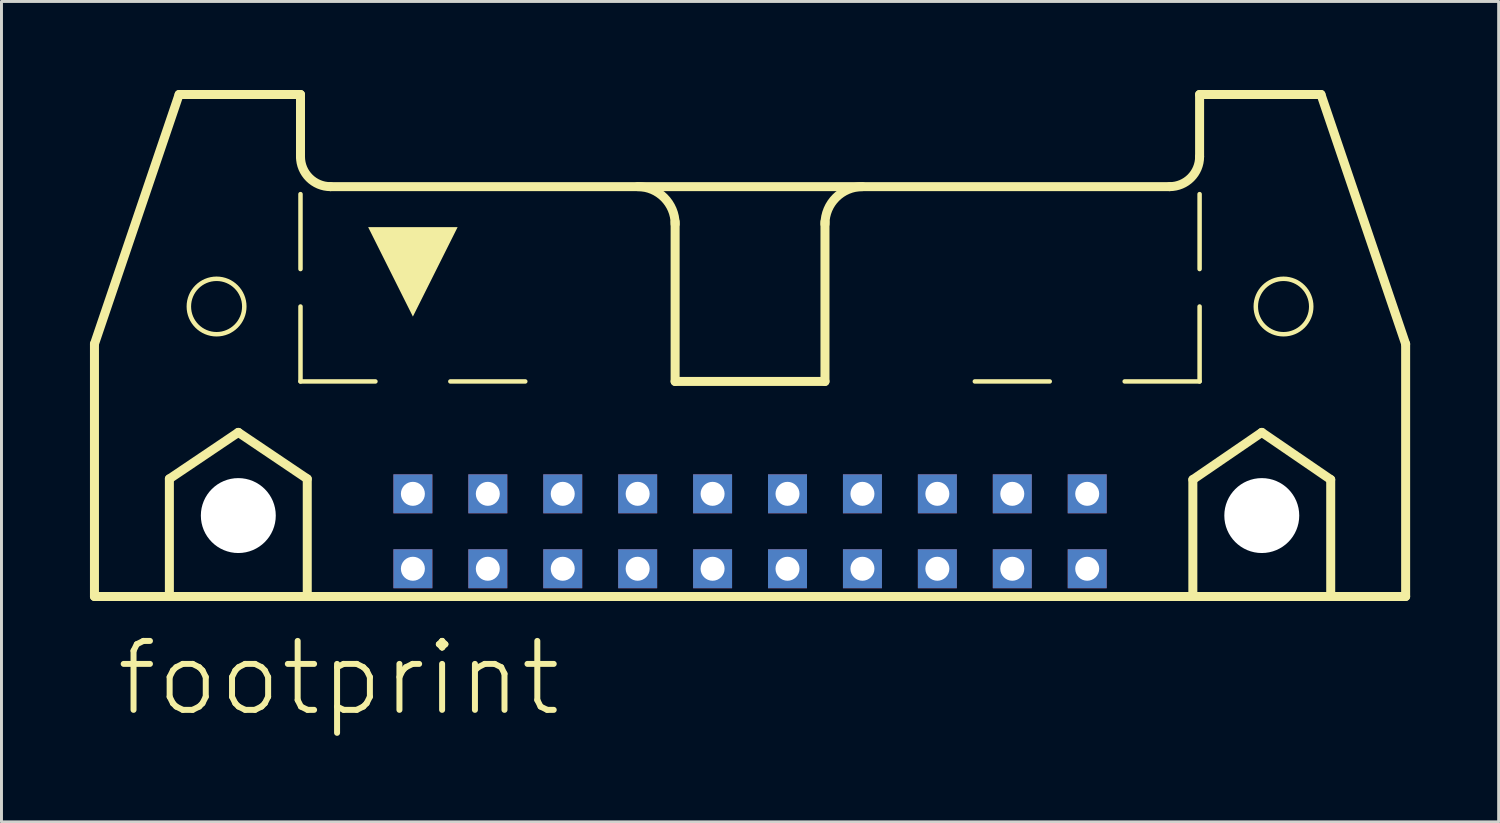
<source format=kicad_pcb>
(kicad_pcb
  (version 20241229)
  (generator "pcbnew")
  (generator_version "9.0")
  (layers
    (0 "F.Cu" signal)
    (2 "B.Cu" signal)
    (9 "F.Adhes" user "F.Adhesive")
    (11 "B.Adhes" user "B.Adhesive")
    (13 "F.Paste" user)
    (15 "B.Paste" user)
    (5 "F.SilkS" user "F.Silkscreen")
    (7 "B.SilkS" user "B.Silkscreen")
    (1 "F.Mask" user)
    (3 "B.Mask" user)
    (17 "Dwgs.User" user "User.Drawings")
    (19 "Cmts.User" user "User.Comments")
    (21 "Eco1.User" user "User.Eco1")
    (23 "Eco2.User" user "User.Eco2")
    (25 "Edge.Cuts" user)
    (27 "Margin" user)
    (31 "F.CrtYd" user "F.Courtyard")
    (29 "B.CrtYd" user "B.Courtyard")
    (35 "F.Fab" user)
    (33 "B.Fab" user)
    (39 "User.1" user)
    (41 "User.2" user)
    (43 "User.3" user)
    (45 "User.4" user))
  (footprint "footprint"
    (layer "F.Cu")
    (at 22.377 11.151)
    (property "Reference" "footprint" (at -21.59 10.16 0) (layer "F.SilkS") (effects (font (size 2.337 2.337) (thickness 0.203)) (justify left bottom)))
    (fp_line (start -22.225 -2.54) (end -22.225 6.02) (stroke (width 0.305) (type solid)) (layer "F.SilkS"))
    (fp_line (start -22.225 -2.54) (end -19.355 -10.998) (stroke (width 0.305) (type solid)) (layer "F.SilkS"))
    (fp_line (start -22.225 6.02) (end -19.685 6.02) (stroke (width 0.305) (type solid)) (layer "F.SilkS"))
    (fp_line (start -19.685 2.032) (end -17.348 0.457) (stroke (width 0.305) (type solid)) (layer "F.SilkS"))
    (fp_line (start -19.685 6.02) (end -19.685 2.032) (stroke (width 0.305) (type solid)) (layer "F.SilkS"))
    (fp_line (start -19.685 6.02) (end -15.011 6.02) (stroke (width 0.305) (type solid)) (layer "F.SilkS"))
    (fp_line (start -17.348 0.457) (end -15.011 2.032) (stroke (width 0.305) (type solid)) (layer "F.SilkS"))
    (fp_line (start -15.24 -10.998) (end -19.355 -10.998) (stroke (width 0.305) (type solid)) (layer "F.SilkS"))
    (fp_line (start -15.24 -8.89) (end -15.24 -10.998) (stroke (width 0.305) (type solid)) (layer "F.SilkS"))
    (fp_line (start -15.24 -5.08) (end -15.24 -7.62) (stroke (width 0.152) (type solid)) (layer "F.SilkS"))
    (fp_line (start -15.24 -1.27) (end -15.24 -3.81) (stroke (width 0.152) (type solid)) (layer "F.SilkS"))
    (fp_line (start -15.24 -1.27) (end -12.7 -1.27) (stroke (width 0.152) (type solid)) (layer "F.SilkS"))
    (fp_line (start -15.011 2.032) (end -15.011 6.02) (stroke (width 0.305) (type solid)) (layer "F.SilkS"))
    (fp_line (start -15.011 6.02) (end 15.011 6.02) (stroke (width 0.305) (type solid)) (layer "F.SilkS"))
    (fp_line (start -14.224 -7.874) (end 14.224 -7.874) (stroke (width 0.305) (type solid)) (layer "F.SilkS"))
    (fp_line (start -10.16 -1.27) (end -7.62 -1.27) (stroke (width 0.152) (type solid)) (layer "F.SilkS"))
    (fp_line (start -2.54 -1.27) (end -2.54 -6.68) (stroke (width 0.305) (type solid)) (layer "F.SilkS"))
    (fp_line (start 0 -1.27) (end 2.54 -1.27) (stroke (width 0.152) (type solid)) (layer "F.SilkS"))
    (fp_line (start 2.54 -1.27) (end -2.54 -1.27) (stroke (width 0.305) (type solid)) (layer "F.SilkS"))
    (fp_line (start 2.54 -1.27) (end 2.54 -6.68) (stroke (width 0.305) (type solid)) (layer "F.SilkS"))
    (fp_line (start 10.16 -1.27) (end 7.62 -1.27) (stroke (width 0.152) (type solid)) (layer "F.SilkS"))
    (fp_line (start 15.011 2.057) (end 17.348 0.457) (stroke (width 0.305) (type solid)) (layer "F.SilkS"))
    (fp_line (start 15.011 6.02) (end 15.011 2.057) (stroke (width 0.305) (type solid)) (layer "F.SilkS"))
    (fp_line (start 15.011 6.02) (end 19.685 6.02) (stroke (width 0.305) (type solid)) (layer "F.SilkS"))
    (fp_line (start 15.24 -10.998) (end 19.355 -10.998) (stroke (width 0.305) (type solid)) (layer "F.SilkS"))
    (fp_line (start 15.24 -8.89) (end 15.24 -10.998) (stroke (width 0.305) (type solid)) (layer "F.SilkS"))
    (fp_line (start 15.24 -5.08) (end 15.24 -7.62) (stroke (width 0.152) (type solid)) (layer "F.SilkS"))
    (fp_line (start 15.24 -1.27) (end 12.7 -1.27) (stroke (width 0.152) (type solid)) (layer "F.SilkS"))
    (fp_line (start 15.24 -1.27) (end 15.24 -3.81) (stroke (width 0.152) (type solid)) (layer "F.SilkS"))
    (fp_line (start 17.348 0.457) (end 19.685 2.057) (stroke (width 0.305) (type solid)) (layer "F.SilkS"))
    (fp_line (start 19.685 2.057) (end 19.685 6.02) (stroke (width 0.305) (type solid)) (layer "F.SilkS"))
    (fp_line (start 19.685 6.02) (end 22.225 6.02) (stroke (width 0.305) (type solid)) (layer "F.SilkS"))
    (fp_line (start 22.225 -2.54) (end 19.355 -10.998) (stroke (width 0.305) (type solid)) (layer "F.SilkS"))
    (fp_line (start 22.225 6.02) (end 22.225 -2.54) (stroke (width 0.305) (type solid)) (layer "F.SilkS"))
    (fp_arc (start -14.224 -7.874) (mid -14.94242 -8.17158) (end -15.24 -8.89) (stroke (width 0.3048) (type solid)) (layer "F.SilkS"))
    (fp_arc (start -3.81 -7.874) (mid -2.911974 -7.502026) (end -2.54 -6.604) (stroke (width 0.3048) (type solid)) (layer "F.SilkS"))
    (fp_arc (start 2.54 -6.604) (mid 2.911974 -7.502026) (end 3.81 -7.874) (stroke (width 0.3048) (type solid)) (layer "F.SilkS"))
    (fp_arc (start 15.24 -8.89) (mid 14.94242 -8.17158) (end 14.224 -7.874) (stroke (width 0.3048) (type solid)) (layer "F.SilkS"))
    (fp_circle (center -18.085 -3.81) (end -17.145 -3.81) (stroke (width 0.152) (type solid)) (fill no) (layer "F.SilkS"))
    (fp_circle (center 18.085 -3.81) (end 19.025 -3.81) (stroke (width 0.152) (type solid)) (fill no) (layer "F.SilkS"))
    (fp_poly (pts (xy -11.43 -3.469) (xy -12.947 -6.502) (xy -9.913 -6.502)) (stroke (width 0) (type solid)) (fill yes) (layer "F.SilkS"))
    (pad "" np_thru_hole circle (at -17.348 3.277) (size 2.54 2.54) (drill 2.54) (layers "*.Cu" "*.Mask"))
    (pad "" np_thru_hole circle (at 17.348 3.277) (size 2.54 2.54) (drill 2.54) (layers "*.Cu" "*.Mask"))
    (pad "1" thru_hole rect (at -11.43 5.08) (size 1.321 1.321) (drill 0.813) (layers "*.Cu" "*.Mask"))
    (pad "2" thru_hole rect (at -11.43 2.54) (size 1.321 1.321) (drill 0.813) (layers "*.Cu" "*.Mask"))
    (pad "3" thru_hole rect (at -8.89 5.08) (size 1.321 1.321) (drill 0.813) (layers "*.Cu" "*.Mask"))
    (pad "4" thru_hole rect (at -8.89 2.54) (size 1.321 1.321) (drill 0.813) (layers "*.Cu" "*.Mask"))
    (pad "5" thru_hole rect (at -6.35 5.08) (size 1.321 1.321) (drill 0.813) (layers "*.Cu" "*.Mask"))
    (pad "6" thru_hole rect (at -6.35 2.54) (size 1.321 1.321) (drill 0.813) (layers "*.Cu" "*.Mask"))
    (pad "7" thru_hole rect (at -3.81 5.08) (size 1.321 1.321) (drill 0.813) (layers "*.Cu" "*.Mask"))
    (pad "8" thru_hole rect (at -3.81 2.54) (size 1.321 1.321) (drill 0.813) (layers "*.Cu" "*.Mask"))
    (pad "9" thru_hole rect (at -1.27 5.08) (size 1.321 1.321) (drill 0.813) (layers "*.Cu" "*.Mask"))
    (pad "10" thru_hole rect (at -1.27 2.54) (size 1.321 1.321) (drill 0.813) (layers "*.Cu" "*.Mask"))
    (pad "11" thru_hole rect (at 1.27 5.08) (size 1.321 1.321) (drill 0.813) (layers "*.Cu" "*.Mask"))
    (pad "12" thru_hole rect (at 1.27 2.54) (size 1.321 1.321) (drill 0.813) (layers "*.Cu" "*.Mask"))
    (pad "13" thru_hole rect (at 3.81 5.08) (size 1.321 1.321) (drill 0.813) (layers "*.Cu" "*.Mask"))
    (pad "14" thru_hole rect (at 3.81 2.54) (size 1.321 1.321) (drill 0.813) (layers "*.Cu" "*.Mask"))
    (pad "15" thru_hole rect (at 6.35 5.08) (size 1.321 1.321) (drill 0.813) (layers "*.Cu" "*.Mask"))
    (pad "16" thru_hole rect (at 6.35 2.54) (size 1.321 1.321) (drill 0.813) (layers "*.Cu" "*.Mask"))
    (pad "17" thru_hole rect (at 8.89 5.08) (size 1.321 1.321) (drill 0.813) (layers "*.Cu" "*.Mask"))
    (pad "18" thru_hole rect (at 8.89 2.54) (size 1.321 1.321) (drill 0.813) (layers "*.Cu" "*.Mask"))
    (pad "19" thru_hole rect (at 11.43 5.08) (size 1.321 1.321) (drill 0.813) (layers "*.Cu" "*.Mask"))
    (pad "20" thru_hole rect (at 11.43 2.54) (size 1.321 1.321) (drill 0.813) (layers "*.Cu" "*.Mask"))
    (zone (net_name "") (layer "F.Cu") (hatch edge 0.508) (connect_pads) (min_thickness 0.254) (filled_areas_thickness no) (keepout (tracks not_allowed) (vias not_allowed) (pads not_allowed) (copperpour not_allowed) (footprints allowed)) (placement (enabled no)) (fill) (polygon (pts (xy 6.96 14.427) (xy 6.93 14.092) (xy 6.843 13.767) (xy 6.701 13.462) (xy 6.508 13.186) (xy 6.27 12.948) (xy 5.994 12.755) (xy 5.689 12.613) (xy 5.364 12.526) (xy 5.029 12.497) (xy 4.694 12.526) (xy 4.369 12.613) (xy 4.064 12.755) (xy 3.788 12.948) (xy 3.55 13.186) (xy 3.357 13.462) (xy 3.215 13.767) (xy 3.128 14.092) (xy 3.099 14.427) (xy 3.128 14.762) (xy 3.215 15.087) (xy 3.357 15.392) (xy 3.55 15.668) (xy 3.788 15.906) (xy 4.064 16.099) (xy 4.369 16.241) (xy 4.694 16.328) (xy 5.029 16.358) (xy 5.364 16.328) (xy 5.689 16.241) (xy 5.994 16.099) (xy 6.27 15.906) (xy 6.508 15.668) (xy 6.701 15.392) (xy 6.843 15.087) (xy 6.93 14.762))))
    (zone (net_name "") (layer "F.Cu") (hatch edge 0.508) (connect_pads) (min_thickness 0.254) (filled_areas_thickness no) (keepout (tracks not_allowed) (vias not_allowed) (pads not_allowed) (copperpour not_allowed) (footprints allowed)) (placement (enabled no)) (fill) (polygon (pts (xy 41.656 14.427) (xy 41.627 14.092) (xy 41.54 13.767) (xy 41.397 13.462) (xy 41.204 13.186) (xy 40.966 12.948) (xy 40.691 12.755) (xy 40.386 12.613) (xy 40.061 12.526) (xy 39.726 12.497) (xy 39.39 12.526) (xy 39.065 12.613) (xy 38.76 12.755) (xy 38.485 12.948) (xy 38.247 13.186) (xy 38.054 13.462) (xy 37.912 13.767) (xy 37.825 14.092) (xy 37.795 14.427) (xy 37.825 14.762) (xy 37.912 15.087) (xy 38.054 15.392) (xy 38.247 15.668) (xy 38.485 15.906) (xy 38.76 16.099) (xy 39.065 16.241) (xy 39.39 16.328) (xy 39.726 16.358) (xy 40.061 16.328) (xy 40.386 16.241) (xy 40.691 16.099) (xy 40.966 15.906) (xy 41.204 15.668) (xy 41.397 15.392) (xy 41.54 15.087) (xy 41.627 14.762))))
    (zone (net_name "") (layer "B.Cu") (hatch edge 0.508) (connect_pads) (min_thickness 0.254) (filled_areas_thickness no) (keepout (tracks not_allowed) (vias not_allowed) (pads not_allowed) (copperpour not_allowed) (footprints allowed)) (placement (enabled no)) (fill) (polygon (pts (xy 6.96 14.427) (xy 6.93 14.092) (xy 6.843 13.767) (xy 6.701 13.462) (xy 6.508 13.186) (xy 6.27 12.948) (xy 5.994 12.755) (xy 5.689 12.613) (xy 5.364 12.526) (xy 5.029 12.497) (xy 4.694 12.526) (xy 4.369 12.613) (xy 4.064 12.755) (xy 3.788 12.948) (xy 3.55 13.186) (xy 3.357 13.462) (xy 3.215 13.767) (xy 3.128 14.092) (xy 3.099 14.427) (xy 3.128 14.762) (xy 3.215 15.087) (xy 3.357 15.392) (xy 3.55 15.668) (xy 3.788 15.906) (xy 4.064 16.099) (xy 4.369 16.241) (xy 4.694 16.328) (xy 5.029 16.358) (xy 5.364 16.328) (xy 5.689 16.241) (xy 5.994 16.099) (xy 6.27 15.906) (xy 6.508 15.668) (xy 6.701 15.392) (xy 6.843 15.087) (xy 6.93 14.762))))
    (zone (net_name "") (layer "B.Cu") (hatch edge 0.508) (connect_pads) (min_thickness 0.254) (filled_areas_thickness no) (keepout (tracks not_allowed) (vias not_allowed) (pads not_allowed) (copperpour not_allowed) (footprints allowed)) (placement (enabled no)) (fill) (polygon (pts (xy 41.656 14.427) (xy 41.627 14.092) (xy 41.54 13.767) (xy 41.397 13.462) (xy 41.204 13.186) (xy 40.966 12.948) (xy 40.691 12.755) (xy 40.386 12.613) (xy 40.061 12.526) (xy 39.726 12.497) (xy 39.39 12.526) (xy 39.065 12.613) (xy 38.76 12.755) (xy 38.485 12.948) (xy 38.247 13.186) (xy 38.054 13.462) (xy 37.912 13.767) (xy 37.825 14.092) (xy 37.795 14.427) (xy 37.825 14.762) (xy 37.912 15.087) (xy 38.054 15.392) (xy 38.247 15.668) (xy 38.485 15.906) (xy 38.76 16.099) (xy 39.065 16.241) (xy 39.39 16.328) (xy 39.726 16.358) (xy 40.061 16.328) (xy 40.386 16.241) (xy 40.691 16.099) (xy 40.966 15.906) (xy 41.204 15.668) (xy 41.397 15.392) (xy 41.54 15.087) (xy 41.627 14.762)))))
  (gr_rect
    (start -3 -3)
    (end 47.755 24.811)
    (stroke (width 0.1) (type default))
    (fill no)
    (layer "Edge.Cuts")))
</source>
